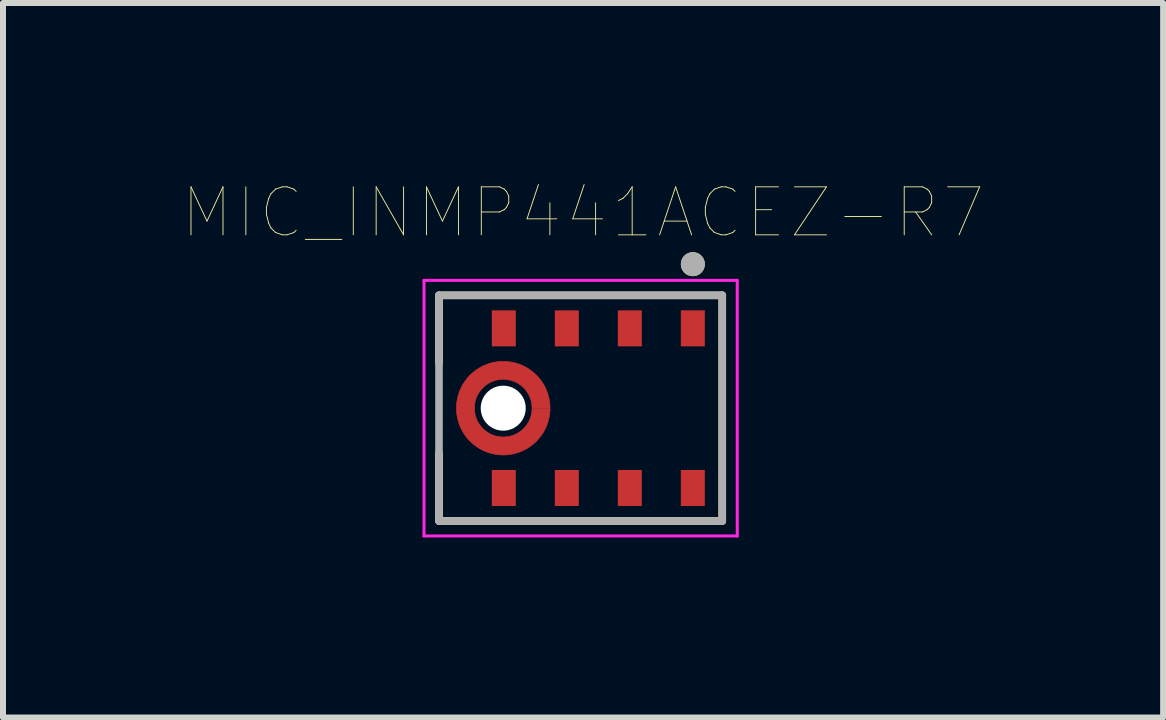
<source format=kicad_pcb>
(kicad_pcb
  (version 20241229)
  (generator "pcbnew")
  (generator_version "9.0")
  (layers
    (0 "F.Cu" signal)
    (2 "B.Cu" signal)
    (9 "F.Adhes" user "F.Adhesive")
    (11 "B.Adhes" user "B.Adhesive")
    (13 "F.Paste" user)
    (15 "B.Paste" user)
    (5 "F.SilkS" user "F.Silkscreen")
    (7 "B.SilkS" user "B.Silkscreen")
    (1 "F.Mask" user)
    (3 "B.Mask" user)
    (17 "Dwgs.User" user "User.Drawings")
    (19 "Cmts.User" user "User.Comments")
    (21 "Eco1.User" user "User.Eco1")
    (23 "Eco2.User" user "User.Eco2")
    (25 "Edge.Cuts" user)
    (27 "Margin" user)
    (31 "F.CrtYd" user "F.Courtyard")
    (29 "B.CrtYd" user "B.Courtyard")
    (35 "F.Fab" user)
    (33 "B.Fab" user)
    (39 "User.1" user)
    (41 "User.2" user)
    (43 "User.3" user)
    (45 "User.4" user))
  (footprint "MIC_INMP441ACEZ-R7"
    (layer "F.Cu")
    (at 6.626 3.752)
    (property "Reference" "MIC_INMP441ACEZ-R7" (at 0.04 -3.258 0) (layer "F.SilkS") (effects (font (size 0.8 0.8) (thickness 0.015))))
    (attr through_hole)
    (fp_poly (pts (xy -0.51 -0.003) (xy -0.81 -0.003) (xy -0.811 -0.026) (xy -0.813 -0.051) (xy -0.816 -0.076) (xy -0.82 -0.101) (xy -0.826 -0.125) (xy -0.833 -0.149) (xy -0.842 -0.173) (xy -0.851 -0.196) (xy -0.862 -0.219) (xy -0.874 -0.241) (xy -0.887 -0.262) (xy -0.901 -0.283) (xy -0.917 -0.303) (xy -0.933 -0.322) (xy -0.95 -0.34) (xy -0.968 -0.357) (xy -0.987 -0.373) (xy -1.007 -0.389) (xy -1.028 -0.403) (xy -1.049 -0.416) (xy -1.071 -0.428) (xy -1.094 -0.439) (xy -1.117 -0.448) (xy -1.141 -0.457) (xy -1.165 -0.464) (xy -1.189 -0.47) (xy -1.214 -0.474) (xy -1.239 -0.477) (xy -1.264 -0.479) (xy -1.29 -0.48) (xy -1.315 -0.479) (xy -1.34 -0.477) (xy -1.365 -0.474) (xy -1.39 -0.47) (xy -1.414 -0.464) (xy -1.438 -0.457) (xy -1.462 -0.448) (xy -1.485 -0.439) (xy -1.508 -0.428) (xy -1.53 -0.416) (xy -1.551 -0.403) (xy -1.572 -0.388) (xy -1.592 -0.373) (xy -1.611 -0.357) (xy -1.629 -0.339) (xy -1.647 -0.321) (xy -1.663 -0.302) (xy -1.678 -0.282) (xy -1.693 -0.261) (xy -1.706 -0.24) (xy -1.718 -0.218) (xy -1.729 -0.195) (xy -1.738 -0.172) (xy -1.747 -0.148) (xy -1.754 -0.124) (xy -1.76 -0.1) (xy -1.764 -0.075) (xy -1.767 -0.05) (xy -1.769 -0.025) (xy -1.77 0) (xy -1.769 0.025) (xy -1.767 0.05) (xy -1.764 0.075) (xy -1.76 0.1) (xy -1.754 0.124) (xy -1.747 0.148) (xy -1.738 0.172) (xy -1.729 0.195) (xy -1.718 0.218) (xy -1.706 0.24) (xy -1.693 0.261) (xy -1.678 0.282) (xy -1.663 0.302) (xy -1.647 0.321) (xy -1.629 0.339) (xy -1.611 0.357) (xy -1.592 0.373) (xy -1.572 0.388) (xy -1.551 0.403) (xy -1.53 0.416) (xy -1.508 0.428) (xy -1.485 0.439) (xy -1.462 0.448) (xy -1.438 0.457) (xy -1.414 0.464) (xy -1.39 0.47) (xy -1.365 0.474) (xy -1.34 0.477) (xy -1.315 0.479) (xy -1.29 0.48) (xy -1.264 0.479) (xy -1.239 0.477) (xy -1.214 0.474) (xy -1.189 0.47) (xy -1.165 0.464) (xy -1.141 0.457) (xy -1.117 0.448) (xy -1.094 0.439) (xy -1.071 0.428) (xy -1.049 0.416) (xy -1.028 0.403) (xy -1.007 0.389) (xy -0.987 0.373) (xy -0.968 0.357) (xy -0.95 0.34) (xy -0.933 0.322) (xy -0.917 0.303) (xy -0.901 0.283) (xy -0.887 0.262) (xy -0.874 0.241) (xy -0.862 0.219) (xy -0.851 0.196) (xy -0.842 0.173) (xy -0.833 0.149) (xy -0.826 0.125) (xy -0.82 0.101) (xy -0.816 0.076) (xy -0.813 0.051) (xy -0.811 0.026) (xy -0.81 0.003) (xy -0.51 0.003) (xy -0.511 0.042) (xy -0.514 0.083) (xy -0.52 0.123) (xy -0.527 0.163) (xy -0.537 0.203) (xy -0.548 0.242) (xy -0.562 0.28) (xy -0.577 0.318) (xy -0.595 0.355) (xy -0.614 0.391) (xy -0.636 0.425) (xy -0.659 0.459) (xy -0.684 0.491) (xy -0.71 0.522) (xy -0.738 0.552) (xy -0.768 0.58) (xy -0.799 0.606) (xy -0.831 0.631) (xy -0.865 0.654) (xy -0.899 0.676) (xy -0.935 0.695) (xy -0.972 0.713) (xy -1.01 0.728) (xy -1.048 0.742) (xy -1.087 0.753) (xy -1.127 0.763) (xy -1.167 0.77) (xy -1.207 0.776) (xy -1.248 0.779) (xy -1.29 0.78) (xy -1.331 0.779) (xy -1.372 0.776) (xy -1.412 0.77) (xy -1.452 0.763) (xy -1.492 0.753) (xy -1.531 0.742) (xy -1.57 0.728) (xy -1.607 0.713) (xy -1.644 0.695) (xy -1.68 0.675) (xy -1.715 0.654) (xy -1.748 0.631) (xy -1.781 0.606) (xy -1.812 0.58) (xy -1.842 0.552) (xy -1.87 0.522) (xy -1.896 0.491) (xy -1.921 0.458) (xy -1.944 0.425) (xy -1.966 0.39) (xy -1.985 0.354) (xy -2.003 0.317) (xy -2.018 0.28) (xy -2.032 0.241) (xy -2.043 0.202) (xy -2.053 0.162) (xy -2.06 0.122) (xy -2.066 0.082) (xy -2.069 0.041) (xy -2.07 0) (xy -2.069 -0.041) (xy -2.066 -0.082) (xy -2.06 -0.122) (xy -2.053 -0.162) (xy -2.043 -0.202) (xy -2.032 -0.241) (xy -2.018 -0.28) (xy -2.003 -0.317) (xy -1.985 -0.354) (xy -1.966 -0.39) (xy -1.944 -0.425) (xy -1.921 -0.458) (xy -1.896 -0.491) (xy -1.87 -0.522) (xy -1.842 -0.552) (xy -1.812 -0.58) (xy -1.781 -0.606) (xy -1.748 -0.631) (xy -1.715 -0.654) (xy -1.68 -0.675) (xy -1.644 -0.695) (xy -1.607 -0.713) (xy -1.57 -0.728) (xy -1.531 -0.742) (xy -1.492 -0.753) (xy -1.452 -0.763) (xy -1.412 -0.77) (xy -1.372 -0.776) (xy -1.331 -0.779) (xy -1.29 -0.78) (xy -1.248 -0.779) (xy -1.207 -0.776) (xy -1.167 -0.77) (xy -1.127 -0.763) (xy -1.087 -0.753) (xy -1.048 -0.742) (xy -1.01 -0.728) (xy -0.972 -0.713) (xy -0.935 -0.695) (xy -0.899 -0.676) (xy -0.865 -0.654) (xy -0.831 -0.631) (xy -0.799 -0.606) (xy -0.768 -0.58) (xy -0.738 -0.552) (xy -0.71 -0.522) (xy -0.684 -0.491) (xy -0.659 -0.459) (xy -0.636 -0.425) (xy -0.614 -0.391) (xy -0.595 -0.355) (xy -0.577 -0.318) (xy -0.562 -0.28) (xy -0.548 -0.242) (xy -0.537 -0.203) (xy -0.527 -0.163) (xy -0.52 -0.123) (xy -0.514 -0.083) (xy -0.511 -0.042) (xy -0.51 -0.003)) (stroke (width 0.01) (type solid)) (fill yes) (layer "F.Cu"))
    (fp_circle (center -1.29 0) (end -0.85 0) (stroke (width 0.88) (type solid)) (fill no) (layer "F.Mask"))
    (fp_line (start -2.36 -1.88) (end -2.36 -0.75) (stroke (width 0.127) (type solid)) (layer "F.SilkS"))
    (fp_line (start -2.36 0.75) (end -2.36 1.88) (stroke (width 0.127) (type solid)) (layer "F.SilkS"))
    (fp_line (start 2.36 -1.88) (end -2.36 -1.88) (stroke (width 0.127) (type solid)) (layer "F.SilkS"))
    (fp_line (start 2.36 -1.88) (end 2.36 1.88) (stroke (width 0.127) (type solid)) (layer "F.SilkS"))
    (fp_line (start 2.36 1.88) (end -2.36 1.88) (stroke (width 0.127) (type solid)) (layer "F.SilkS"))
    (fp_circle (center 1.87 -2.4) (end 1.97 -2.4) (stroke (width 0.2) (type solid)) (fill no) (layer "F.SilkS"))
    (fp_poly (pts (xy -1.455 -1.605) (xy -1.105 -1.605) (xy -1.105 -1.055) (xy -1.455 -1.055)) (stroke (width 0.01) (type solid)) (fill yes) (layer "F.Paste"))
    (fp_poly (pts (xy -1.455 1.055) (xy -1.105 1.055) (xy -1.105 1.605) (xy -1.455 1.605)) (stroke (width 0.01) (type solid)) (fill yes) (layer "F.Paste"))
    (fp_poly (pts (xy -0.405 -1.605) (xy -0.055 -1.605) (xy -0.055 -1.055) (xy -0.405 -1.055)) (stroke (width 0.01) (type solid)) (fill yes) (layer "F.Paste"))
    (fp_poly (pts (xy -0.405 1.055) (xy -0.055 1.055) (xy -0.055 1.605) (xy -0.405 1.605)) (stroke (width 0.01) (type solid)) (fill yes) (layer "F.Paste"))
    (fp_poly (pts (xy 0.645 -1.605) (xy 0.995 -1.605) (xy 0.995 -1.055) (xy 0.645 -1.055)) (stroke (width 0.01) (type solid)) (fill yes) (layer "F.Paste"))
    (fp_poly (pts (xy 0.645 1.055) (xy 0.995 1.055) (xy 0.995 1.605) (xy 0.645 1.605)) (stroke (width 0.01) (type solid)) (fill yes) (layer "F.Paste"))
    (fp_poly (pts (xy 1.695 -1.605) (xy 2.045 -1.605) (xy 2.045 -1.055) (xy 1.695 -1.055)) (stroke (width 0.01) (type solid)) (fill yes) (layer "F.Paste"))
    (fp_poly (pts (xy 1.695 1.055) (xy 2.045 1.055) (xy 2.045 1.605) (xy 1.695 1.605)) (stroke (width 0.01) (type solid)) (fill yes) (layer "F.Paste"))
    (fp_poly (pts (xy -1.661 0.371) (xy -1.641 0.391) (xy -1.622 0.407) (xy -1.603 0.422) (xy -1.584 0.436) (xy -1.563 0.449) (xy -1.543 0.461) (xy -1.521 0.473) (xy -1.499 0.483) (xy -1.477 0.492) (xy -1.454 0.5) (xy -1.431 0.507) (xy -1.407 0.513) (xy -1.384 0.518) (xy -1.36 0.522) (xy -1.336 0.525) (xy -1.312 0.526) (xy -1.288 0.527) (xy -1.263 0.526) (xy -1.239 0.524) (xy -1.215 0.521) (xy -1.191 0.517) (xy -1.168 0.512) (xy -1.144 0.506) (xy -1.121 0.498) (xy -1.099 0.49) (xy -1.076 0.48) (xy -1.055 0.47) (xy -1.033 0.459) (xy -1.013 0.446) (xy -0.996 0.435) (xy -0.799 0.632) (xy -0.829 0.654) (xy -0.861 0.676) (xy -0.894 0.696) (xy -0.928 0.714) (xy -0.963 0.731) (xy -0.999 0.745) (xy -1.035 0.759) (xy -1.072 0.77) (xy -1.109 0.78) (xy -1.147 0.788) (xy -1.185 0.794) (xy -1.223 0.798) (xy -1.262 0.8) (xy -1.3 0.8) (xy -1.339 0.799) (xy -1.377 0.796) (xy -1.415 0.791) (xy -1.453 0.784) (xy -1.491 0.775) (xy -1.528 0.764) (xy -1.565 0.752) (xy -1.6 0.738) (xy -1.636 0.722) (xy -1.67 0.704) (xy -1.703 0.685) (xy -1.736 0.664) (xy -1.767 0.642) (xy -1.798 0.618) (xy -1.827 0.593) (xy -1.856 0.566) (xy -1.883 0.537) (xy -1.908 0.508) (xy -1.932 0.477) (xy -1.954 0.446) (xy -1.975 0.413) (xy -1.994 0.38) (xy -2.012 0.346) (xy -2.028 0.31) (xy -2.042 0.275) (xy -2.054 0.238) (xy -2.065 0.201) (xy -2.074 0.163) (xy -2.081 0.125) (xy -2.086 0.087) (xy -2.089 0.049) (xy -2.09 0.01) (xy -2.09 -0.028) (xy -2.088 -0.067) (xy -2.084 -0.105) (xy -2.078 -0.143) (xy -2.07 -0.181) (xy -2.06 -0.218) (xy -2.049 -0.255) (xy -2.035 -0.291) (xy -2.021 -0.327) (xy -2.004 -0.362) (xy -1.986 -0.396) (xy -1.966 -0.429) (xy -1.944 -0.461) (xy -1.922 -0.491) (xy -1.725 -0.294) (xy -1.736 -0.277) (xy -1.749 -0.257) (xy -1.76 -0.235) (xy -1.77 -0.214) (xy -1.78 -0.191) (xy -1.788 -0.169) (xy -1.796 -0.146) (xy -1.802 -0.122) (xy -1.807 -0.099) (xy -1.811 -0.075) (xy -1.814 -0.051) (xy -1.816 -0.027) (xy -1.817 -0.002) (xy -1.816 0.022) (xy -1.815 0.046) (xy -1.812 0.07) (xy -1.808 0.094) (xy -1.803 0.117) (xy -1.797 0.141) (xy -1.79 0.164) (xy -1.782 0.187) (xy -1.773 0.209) (xy -1.763 0.231) (xy -1.751 0.253) (xy -1.739 0.273) (xy -1.726 0.294) (xy -1.712 0.313) (xy -1.697 0.332) (xy -1.681 0.351) (xy -1.661 0.371)) (stroke (width 0.01) (type solid)) (fill yes) (layer "F.Paste"))
    (fp_poly (pts (xy -0.919 -0.371) (xy -0.939 -0.391) (xy -0.958 -0.407) (xy -0.977 -0.422) (xy -0.996 -0.436) (xy -1.017 -0.449) (xy -1.037 -0.461) (xy -1.059 -0.473) (xy -1.081 -0.483) (xy -1.103 -0.492) (xy -1.126 -0.5) (xy -1.149 -0.507) (xy -1.173 -0.513) (xy -1.196 -0.518) (xy -1.22 -0.522) (xy -1.244 -0.525) (xy -1.268 -0.526) (xy -1.292 -0.527) (xy -1.317 -0.526) (xy -1.341 -0.524) (xy -1.365 -0.521) (xy -1.389 -0.517) (xy -1.412 -0.512) (xy -1.436 -0.506) (xy -1.459 -0.498) (xy -1.481 -0.49) (xy -1.504 -0.48) (xy -1.525 -0.47) (xy -1.547 -0.459) (xy -1.567 -0.446) (xy -1.584 -0.435) (xy -1.781 -0.632) (xy -1.751 -0.654) (xy -1.719 -0.676) (xy -1.686 -0.696) (xy -1.652 -0.714) (xy -1.617 -0.731) (xy -1.581 -0.745) (xy -1.545 -0.759) (xy -1.508 -0.77) (xy -1.471 -0.78) (xy -1.433 -0.788) (xy -1.395 -0.794) (xy -1.357 -0.798) (xy -1.318 -0.8) (xy -1.28 -0.8) (xy -1.241 -0.799) (xy -1.203 -0.796) (xy -1.165 -0.791) (xy -1.127 -0.784) (xy -1.089 -0.775) (xy -1.052 -0.764) (xy -1.015 -0.752) (xy -0.98 -0.738) (xy -0.944 -0.722) (xy -0.91 -0.704) (xy -0.877 -0.685) (xy -0.844 -0.664) (xy -0.813 -0.642) (xy -0.782 -0.618) (xy -0.753 -0.593) (xy -0.724 -0.566) (xy -0.697 -0.537) (xy -0.672 -0.508) (xy -0.648 -0.477) (xy -0.626 -0.446) (xy -0.605 -0.413) (xy -0.586 -0.38) (xy -0.568 -0.346) (xy -0.552 -0.31) (xy -0.538 -0.275) (xy -0.526 -0.238) (xy -0.515 -0.201) (xy -0.506 -0.163) (xy -0.499 -0.125) (xy -0.494 -0.087) (xy -0.491 -0.049) (xy -0.49 -0.01) (xy -0.49 0.028) (xy -0.492 0.067) (xy -0.496 0.105) (xy -0.502 0.143) (xy -0.51 0.181) (xy -0.52 0.218) (xy -0.531 0.255) (xy -0.545 0.291) (xy -0.559 0.327) (xy -0.576 0.362) (xy -0.594 0.396) (xy -0.614 0.429) (xy -0.636 0.461) (xy -0.658 0.491) (xy -0.855 0.294) (xy -0.844 0.277) (xy -0.831 0.257) (xy -0.82 0.235) (xy -0.81 0.214) (xy -0.8 0.191) (xy -0.792 0.169) (xy -0.784 0.146) (xy -0.778 0.122) (xy -0.773 0.099) (xy -0.769 0.075) (xy -0.766 0.051) (xy -0.764 0.027) (xy -0.763 0.002) (xy -0.764 -0.022) (xy -0.765 -0.046) (xy -0.768 -0.07) (xy -0.772 -0.094) (xy -0.777 -0.117) (xy -0.783 -0.141) (xy -0.79 -0.164) (xy -0.798 -0.187) (xy -0.807 -0.209) (xy -0.817 -0.231) (xy -0.829 -0.253) (xy -0.841 -0.273) (xy -0.854 -0.294) (xy -0.868 -0.313) (xy -0.883 -0.332) (xy -0.899 -0.351) (xy -0.919 -0.371)) (stroke (width 0.01) (type solid)) (fill yes) (layer "F.Paste"))
    (fp_line (start -2.61 -2.13) (end -2.61 2.13) (stroke (width 0.05) (type solid)) (layer "F.CrtYd"))
    (fp_line (start 2.61 -2.13) (end -2.61 -2.13) (stroke (width 0.05) (type solid)) (layer "F.CrtYd"))
    (fp_line (start 2.61 -2.13) (end 2.61 2.13) (stroke (width 0.05) (type solid)) (layer "F.CrtYd"))
    (fp_line (start 2.61 2.13) (end -2.61 2.13) (stroke (width 0.05) (type solid)) (layer "F.CrtYd"))
    (fp_line (start -2.36 -1.88) (end -2.36 1.88) (stroke (width 0.127) (type solid)) (layer "F.Fab"))
    (fp_line (start 2.36 -1.88) (end -2.36 -1.88) (stroke (width 0.127) (type solid)) (layer "F.Fab"))
    (fp_line (start 2.36 -1.88) (end 2.36 1.88) (stroke (width 0.127) (type solid)) (layer "F.Fab"))
    (fp_line (start 2.36 1.88) (end -2.36 1.88) (stroke (width 0.127) (type solid)) (layer "F.Fab"))
    (fp_circle (center 1.87 -2.4) (end 1.97 -2.4) (stroke (width 0.2) (type solid)) (fill no) (layer "F.Fab"))
    (pad "" np_thru_hole circle (at -1.29 0) (size 0.75 0.75) (drill 0.75) (layers "*.Cu" "*.Mask"))
    (pad "1" smd rect (at 1.87 -1.33) (size 0.4 0.6) (layers "F.Cu" "F.Mask"))
    (pad "2" smd rect (at 0.82 -1.33) (size 0.4 0.6) (layers "F.Cu" "F.Mask"))
    (pad "3" smd rect (at -0.23 -1.33) (size 0.4 0.6) (layers "F.Cu" "F.Mask"))
    (pad "4" smd rect (at -1.28 -1.33) (size 0.4 0.6) (layers "F.Cu" "F.Mask"))
    (pad "5" smd rect (at -1.92 0) (size 0.1 0.1) (layers "F.Cu"))
    (pad "6" smd rect (at -1.28 1.33) (size 0.4 0.6) (layers "F.Cu" "F.Mask"))
    (pad "7" smd rect (at -0.23 1.33) (size 0.4 0.6) (layers "F.Cu" "F.Mask"))
    (pad "8" smd rect (at 0.82 1.33) (size 0.4 0.6) (layers "F.Cu" "F.Mask"))
    (pad "9" smd rect (at 1.87 1.33) (size 0.4 0.6) (layers "F.Cu" "F.Mask")))
  (gr_rect
    (start -3 -3)
    (end 16.333 8.907)
    (stroke (width 0.1) (type default))
    (fill no)
    (layer "Edge.Cuts")))
</source>
